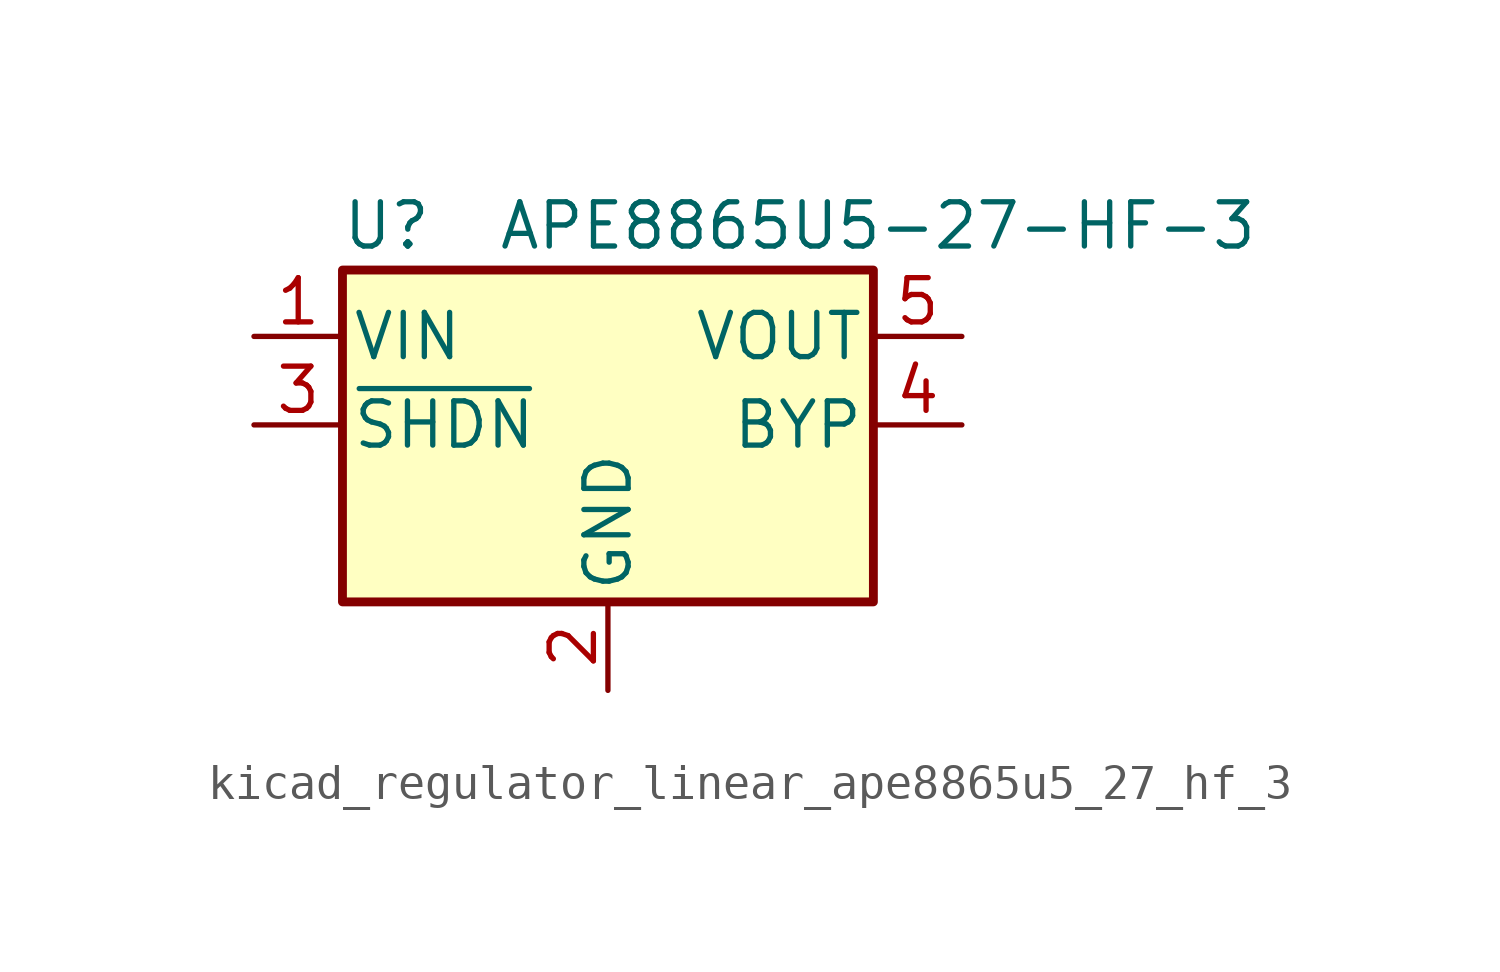
<source format=kicad_sym>
(kicad_symbol_lib
  (version 20220914)
  (generator kicad_symbol_editor)
  (symbol "kicad_regulator_linear_ape8865u5_27_hf_3"
    (pin_names
      (offset 0.254))
    (property "Reference" "U"
      (at -6.35 5.715 0)
      (effects (font (size 1.27 1.27))))
    (property "Value" "APE8865U5-27-HF-3"
      (at -3.175 5.715 0)
      (effects (font (size 1.27 1.27)) (justify left)))
    (symbol "kicad_regulator_linear_ape8865u5_27_hf_3_0_1"
      (rectangle (start -7.62 4.445) (end 7.62 -5.08) (stroke (width 0.254) (type default)) (fill (type background))))
    (symbol "kicad_regulator_linear_ape8865u5_27_hf_3_1_1"
      (pin power_in line (at -10.16 2.54 0) (length 2.54) (name "VIN" (effects (font (size 1.27 1.27)))) (number "1" (effects (font (size 1.27 1.27)))))
      (pin power_in line (at 0 -7.62 90) (length 2.54) (name "GND" (effects (font (size 1.27 1.27)))) (number "2" (effects (font (size 1.27 1.27)))))
      (pin input line (at -10.16 0 0) (length 2.54) (name "~{SHDN}" (effects (font (size 1.27 1.27)))) (number "3" (effects (font (size 1.27 1.27)))))
      (pin input line (at 10.16 0 180) (length 2.54) (name "BYP" (effects (font (size 1.27 1.27)))) (number "4" (effects (font (size 1.27 1.27)))))
      (pin power_out line (at 10.16 2.54 180) (length 2.54) (name "VOUT" (effects (font (size 1.27 1.27)))) (number "5" (effects (font (size 1.27 1.27))))))))
</source>
